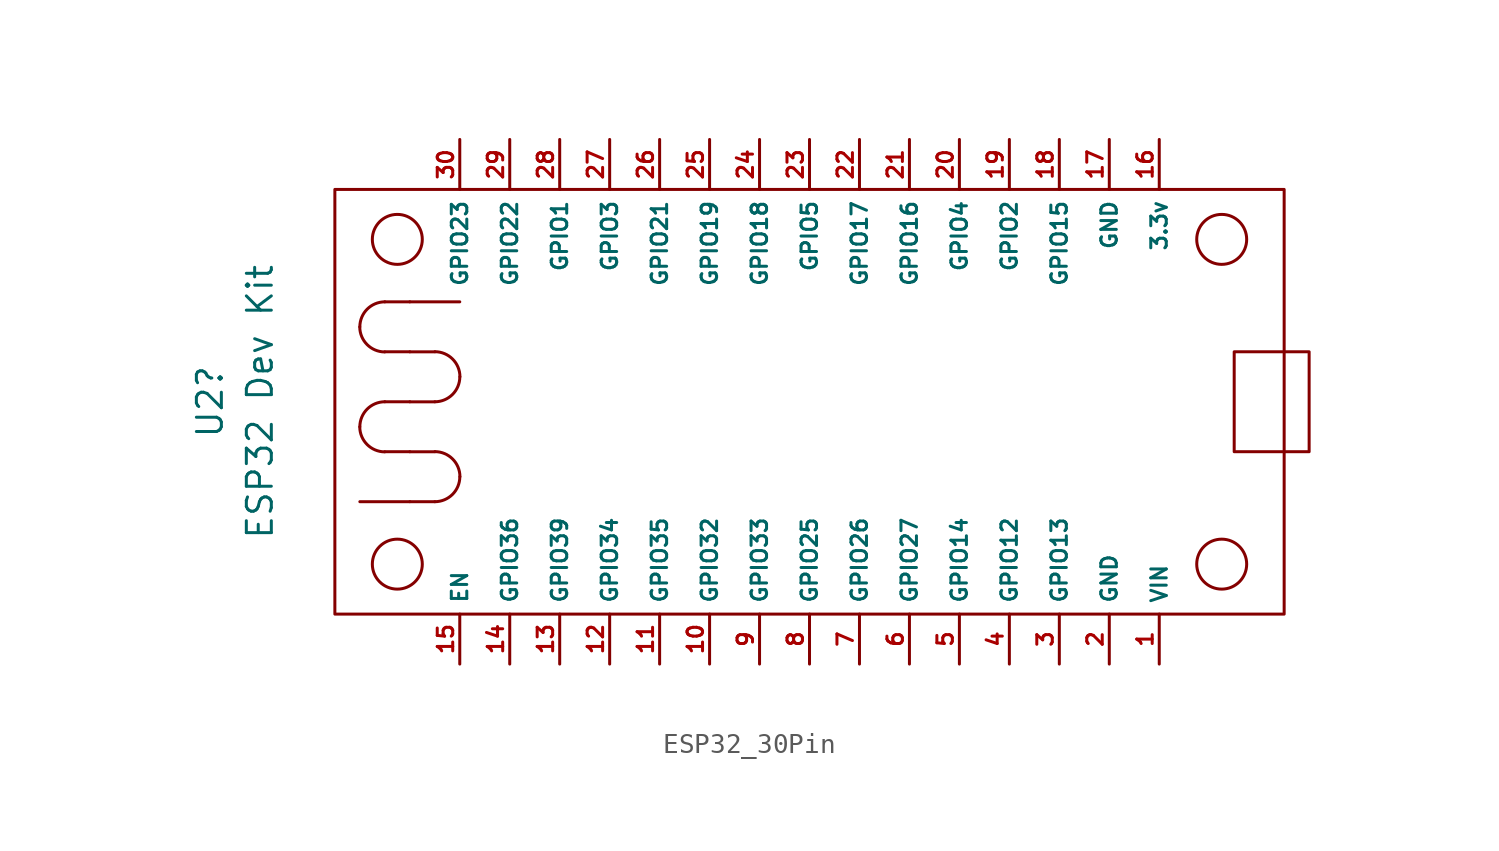
<source format=kicad_sym>
(kicad_symbol_lib
  (version 20241209)
  (generator "kicad_symbol_editor")
  (generator_version "9.0")
  (symbol "ESP32_30Pin"
    (property "Reference" "U2"
      (at -30.48 0 90)
      (effects (font (size 1.27 1.27))))
    (property "Value" "ESP32 Dev Kit"
      (at -27.94 0 90)
      (effects (font (size 1.27 1.27))))
    (symbol "ESP32_30Pin_0_1"
      (rectangle (start -24.13 10.795) (end 24.13 -10.795) (stroke (width 0) (type default)) (fill (type none)))
      (polyline (pts (xy -21.59 5.08) (xy -20.32 5.08)) (stroke (width 0) (type default)) (fill (type none)))
      (polyline (pts (xy -21.59 2.54) (xy -20.32 2.54)) (stroke (width 0) (type default)) (fill (type none)))
      (polyline (pts (xy -21.59 0) (xy -20.32 0)) (stroke (width 0) (type default)) (fill (type none)))
      (polyline (pts (xy -21.59 -2.54) (xy -20.32 -2.54)) (stroke (width 0) (type default)) (fill (type none)))
      (arc (start -21.5975 2.5325) (mid -22.4933 2.9067) (end -22.8675 3.8025) (stroke (width 0) (type default)) (fill (type none)))
      (arc (start -21.5975 -2.5475) (mid -22.4933 -2.1733) (end -22.8675 -1.2775) (stroke (width 0) (type default)) (fill (type none)))
      (arc (start -22.86 3.81) (mid -22.4873 4.7073) (end -21.59 5.08) (stroke (width 0) (type default)) (fill (type none)))
      (arc (start -22.86 -1.27) (mid -22.4873 -0.3727) (end -21.59 0) (stroke (width 0) (type default)) (fill (type none)))
      (circle (center -20.955 8.255) (radius 1.27) (stroke (width 0) (type default)) (fill (type none)))
      (circle (center -20.955 -8.255) (radius 1.27) (stroke (width 0) (type default)) (fill (type none)))
      (polyline (pts (xy -20.32 5.08) (xy -17.78 5.08)) (stroke (width 0) (type default)) (fill (type none)))
      (polyline (pts (xy -20.32 -5.08) (xy -22.86 -5.08)) (stroke (width 0) (type default)) (fill (type none)))
      (arc (start -17.7775 1.2675) (mid -18.1502 0.3702) (end -19.0475 -0.0025) (stroke (width 0) (type default)) (fill (type none)))
      (arc (start -17.7775 -3.8125) (mid -18.1502 -4.7098) (end -19.0475 -5.0825) (stroke (width 0) (type default)) (fill (type none)))
      (arc (start -19.04 2.545) (mid -18.1442 2.1708) (end -17.77 1.275) (stroke (width 0) (type default)) (fill (type none)))
      (arc (start -19.04 -2.535) (mid -18.1442 -2.9092) (end -17.77 -3.805) (stroke (width 0) (type default)) (fill (type none)))
      (polyline (pts (xy -19.047 2.538) (xy -20.317 2.538)) (stroke (width 0) (type default)) (fill (type none)))
      (polyline (pts (xy -19.047 -0.003) (xy -20.317 -0.003)) (stroke (width 0) (type default)) (fill (type none)))
      (polyline (pts (xy -19.047 -2.542) (xy -20.317 -2.542)) (stroke (width 0) (type default)) (fill (type none)))
      (polyline (pts (xy -19.047 -5.082) (xy -20.317 -5.082)) (stroke (width 0) (type default)) (fill (type none)))
      (circle (center 20.955 8.255) (radius 1.27) (stroke (width 0) (type default)) (fill (type none)))
      (circle (center 20.955 -8.255) (radius 1.27) (stroke (width 0) (type default)) (fill (type none)))
      (rectangle (start 21.59 2.54) (end 25.4 -2.54) (stroke (width 0) (type default)) (fill (type none))))
    (symbol "ESP32_30Pin_1_1"
      (pin bidirectional line (at -17.78 13.335 270) (length 2.54) (name "GPIO23" (effects (font (size 0.787 0.787)))) (number "30" (effects (font (size 0.787 0.787)))))
      (pin bidirectional line (at -17.78 -13.335 90) (length 2.54) (name "EN" (effects (font (size 0.787 0.787)))) (number "15" (effects (font (size 0.787 0.787)))))
      (pin bidirectional line (at -15.24 13.335 270) (length 2.54) (name "GPIO22" (effects (font (size 0.787 0.787)))) (number "29" (effects (font (size 0.787 0.787)))))
      (pin bidirectional line (at -15.24 -13.335 90) (length 2.54) (name "GPIO36" (effects (font (size 0.787 0.787)))) (number "14" (effects (font (size 0.787 0.787)))))
      (pin bidirectional line (at -12.7 13.335 270) (length 2.54) (name "GPIO1" (effects (font (size 0.787 0.787)))) (number "28" (effects (font (size 0.787 0.787)))))
      (pin bidirectional line (at -12.7 -13.335 90) (length 2.54) (name "GPIO39" (effects (font (size 0.787 0.787)))) (number "13" (effects (font (size 0.787 0.787)))))
      (pin bidirectional line (at -10.16 13.335 270) (length 2.54) (name "GPIO3" (effects (font (size 0.787 0.787)))) (number "27" (effects (font (size 0.787 0.787)))))
      (pin bidirectional line (at -10.16 -13.335 90) (length 2.54) (name "GPIO34" (effects (font (size 0.787 0.787)))) (number "12" (effects (font (size 0.787 0.787)))))
      (pin bidirectional line (at -7.62 13.335 270) (length 2.54) (name "GPIO21" (effects (font (size 0.787 0.787)))) (number "26" (effects (font (size 0.787 0.787)))))
      (pin bidirectional line (at -7.62 -13.335 90) (length 2.54) (name "GPIO35" (effects (font (size 0.787 0.787)))) (number "11" (effects (font (size 0.787 0.787)))))
      (pin bidirectional line (at -5.08 13.335 270) (length 2.54) (name "GPIO19" (effects (font (size 0.787 0.787)))) (number "25" (effects (font (size 0.787 0.787)))))
      (pin bidirectional line (at -5.08 -13.335 90) (length 2.54) (name "GPIO32" (effects (font (size 0.787 0.787)))) (number "10" (effects (font (size 0.787 0.787)))))
      (pin bidirectional line (at -2.54 13.335 270) (length 2.54) (name "GPIO18" (effects (font (size 0.787 0.787)))) (number "24" (effects (font (size 0.787 0.787)))))
      (pin bidirectional line (at -2.54 -13.335 90) (length 2.54) (name "GPIO33" (effects (font (size 0.787 0.787)))) (number "9" (effects (font (size 0.787 0.787)))))
      (pin bidirectional line (at 0 13.335 270) (length 2.54) (name "GPIO5" (effects (font (size 0.787 0.787)))) (number "23" (effects (font (size 0.787 0.787)))))
      (pin bidirectional line (at 0 -13.335 90) (length 2.54) (name "GPIO25" (effects (font (size 0.787 0.787)))) (number "8" (effects (font (size 0.787 0.787)))))
      (pin bidirectional line (at 2.54 13.335 270) (length 2.54) (name "GPIO17" (effects (font (size 0.787 0.787)))) (number "22" (effects (font (size 0.787 0.787)))))
      (pin bidirectional line (at 2.54 -13.335 90) (length 2.54) (name "GPIO26" (effects (font (size 0.787 0.787)))) (number "7" (effects (font (size 0.787 0.787)))))
      (pin bidirectional line (at 5.08 13.335 270) (length 2.54) (name "GPIO16" (effects (font (size 0.787 0.787)))) (number "21" (effects (font (size 0.787 0.787)))))
      (pin bidirectional line (at 5.08 -13.335 90) (length 2.54) (name "GPIO27" (effects (font (size 0.787 0.787)))) (number "6" (effects (font (size 0.787 0.787)))))
      (pin bidirectional line (at 7.62 13.335 270) (length 2.54) (name "GPIO4" (effects (font (size 0.787 0.787)))) (number "20" (effects (font (size 0.787 0.787)))))
      (pin bidirectional line (at 7.62 -13.335 90) (length 2.54) (name "GPIO14" (effects (font (size 0.787 0.787)))) (number "5" (effects (font (size 0.787 0.787)))))
      (pin bidirectional line (at 10.16 13.335 270) (length 2.54) (name "GPIO2" (effects (font (size 0.787 0.787)))) (number "19" (effects (font (size 0.787 0.787)))))
      (pin bidirectional line (at 10.16 -13.335 90) (length 2.54) (name "GPIO12" (effects (font (size 0.787 0.787)))) (number "4" (effects (font (size 0.787 0.787)))))
      (pin bidirectional line (at 12.7 13.335 270) (length 2.54) (name "GPIO15" (effects (font (size 0.787 0.787)))) (number "18" (effects (font (size 0.787 0.787)))))
      (pin bidirectional line (at 12.7 -13.335 90) (length 2.54) (name "GPIO13" (effects (font (size 0.787 0.787)))) (number "3" (effects (font (size 0.787 0.787)))))
      (pin power_in line (at 15.24 13.335 270) (length 2.54) (name "GND" (effects (font (size 0.787 0.787)))) (number "17" (effects (font (size 0.787 0.787)))))
      (pin power_in line (at 15.24 -13.335 90) (length 2.54) (name "GND" (effects (font (size 0.787 0.787)))) (number "2" (effects (font (size 0.787 0.787)))))
      (pin output line (at 17.78 13.335 270) (length 2.54) (name "3.3v" (effects (font (size 0.787 0.787)))) (number "16" (effects (font (size 0.787 0.787)))))
      (pin power_in line (at 17.78 -13.335 90) (length 2.54) (name "VIN" (effects (font (size 0.787 0.787)))) (number "1" (effects (font (size 0.787 0.787))))))))
</source>
